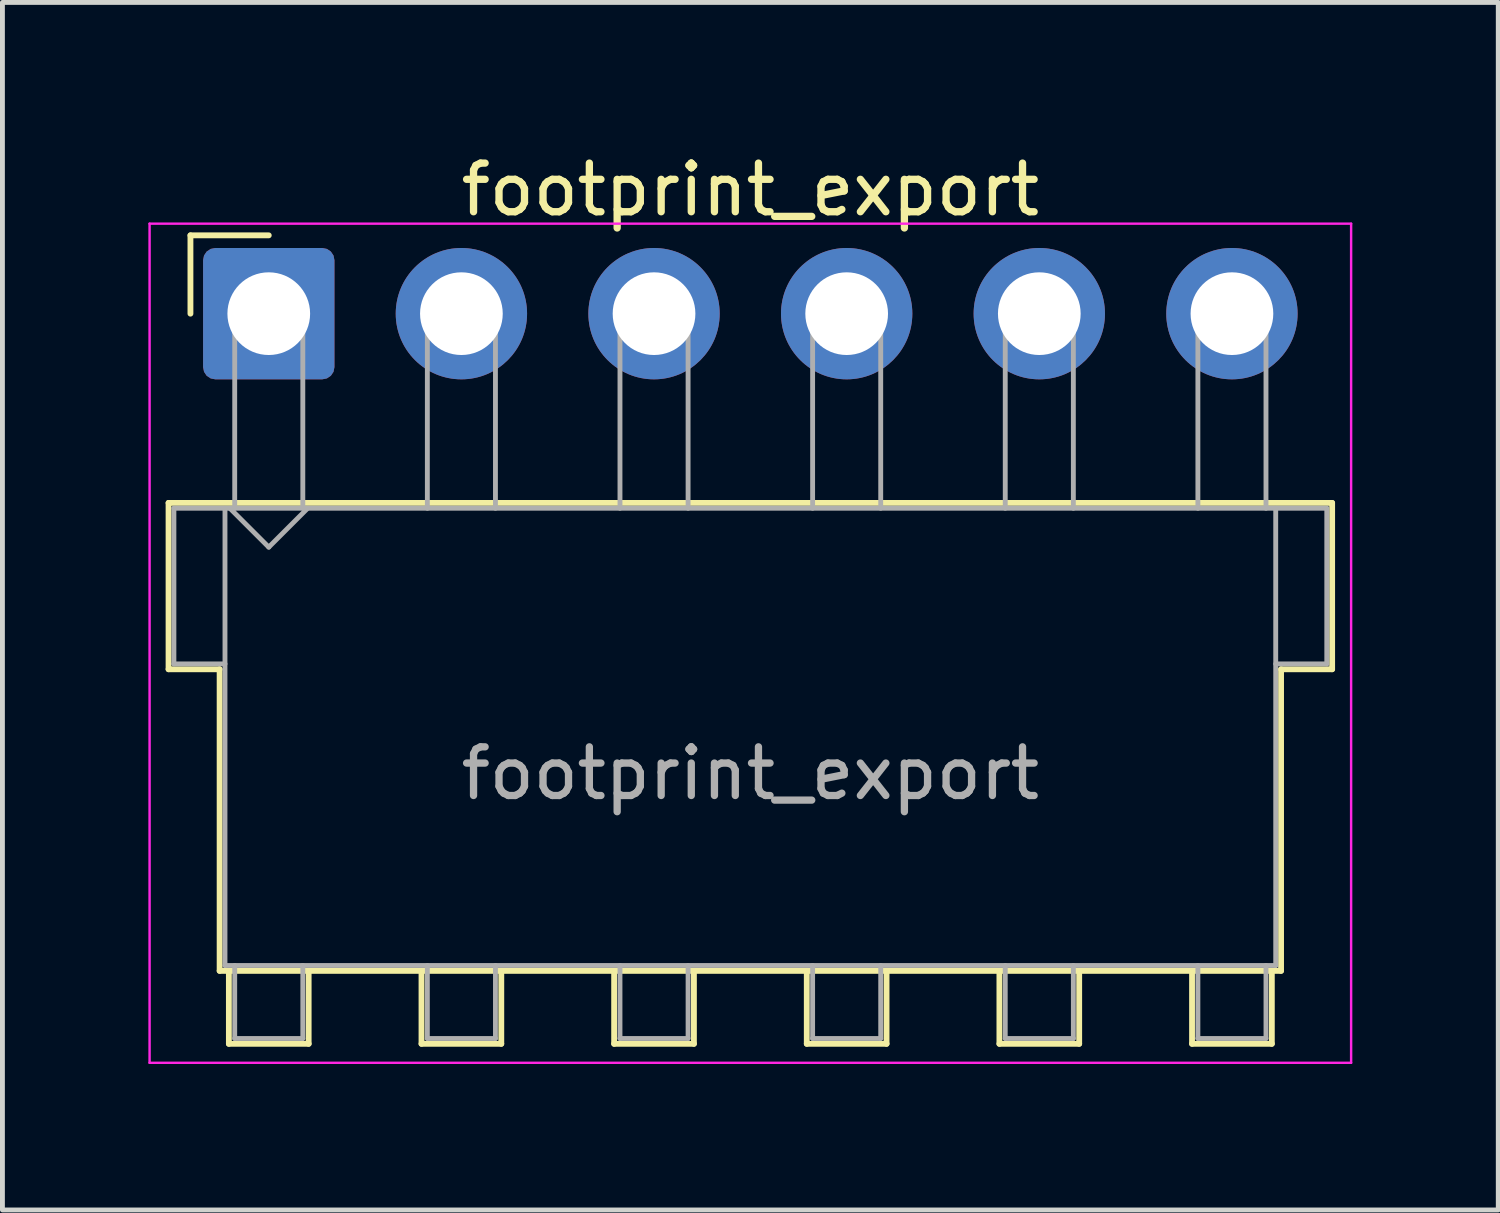
<source format=kicad_pcb>
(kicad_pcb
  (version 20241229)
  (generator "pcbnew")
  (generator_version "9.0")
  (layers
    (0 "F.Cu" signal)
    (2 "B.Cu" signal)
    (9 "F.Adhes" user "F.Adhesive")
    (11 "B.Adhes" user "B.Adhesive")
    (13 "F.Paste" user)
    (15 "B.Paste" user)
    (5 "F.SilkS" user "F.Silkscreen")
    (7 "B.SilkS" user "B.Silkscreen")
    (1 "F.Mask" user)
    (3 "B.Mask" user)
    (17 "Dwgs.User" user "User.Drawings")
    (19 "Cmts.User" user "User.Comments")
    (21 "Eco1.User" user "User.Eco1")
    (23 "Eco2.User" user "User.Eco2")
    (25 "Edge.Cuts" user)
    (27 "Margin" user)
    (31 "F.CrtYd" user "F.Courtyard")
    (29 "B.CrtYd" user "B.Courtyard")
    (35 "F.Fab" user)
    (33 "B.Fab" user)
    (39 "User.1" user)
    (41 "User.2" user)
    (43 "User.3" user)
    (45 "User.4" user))
  (footprint "footprint_export"
    (layer "F.Cu")
    (at 2.475 3.398)
    (property "Reference" "footprint_export" (at 9.9 -2.55 0) (layer "F.SilkS") (effects (font (size 1 1) (thickness 0.15))))
    (attr through_hole)
    (fp_line (start -2.06 3.89) (end 21.86 3.89) (stroke (width 0.12) (type solid)) (layer "F.SilkS"))
    (fp_line (start -2.06 7.31) (end -2.06 3.89) (stroke (width 0.12) (type solid)) (layer "F.SilkS"))
    (fp_line (start -1.61 -1.61) (end -1.61 0) (stroke (width 0.12) (type solid)) (layer "F.SilkS"))
    (fp_line (start -1.01 7.31) (end -2.06 7.31) (stroke (width 0.12) (type solid)) (layer "F.SilkS"))
    (fp_line (start -1.01 13.51) (end -1.01 7.31) (stroke (width 0.12) (type solid)) (layer "F.SilkS"))
    (fp_line (start -0.82 13.51) (end -0.82 15.01) (stroke (width 0.12) (type solid)) (layer "F.SilkS"))
    (fp_line (start -0.82 15.01) (end 0.82 15.01) (stroke (width 0.12) (type solid)) (layer "F.SilkS"))
    (fp_line (start 0 -1.61) (end -1.61 -1.61) (stroke (width 0.12) (type solid)) (layer "F.SilkS"))
    (fp_line (start 0.82 15.01) (end 0.82 13.51) (stroke (width 0.12) (type solid)) (layer "F.SilkS"))
    (fp_line (start 3.14 13.51) (end 3.14 15.01) (stroke (width 0.12) (type solid)) (layer "F.SilkS"))
    (fp_line (start 3.14 15.01) (end 4.78 15.01) (stroke (width 0.12) (type solid)) (layer "F.SilkS"))
    (fp_line (start 4.78 15.01) (end 4.78 13.51) (stroke (width 0.12) (type solid)) (layer "F.SilkS"))
    (fp_line (start 7.1 13.51) (end 7.1 15.01) (stroke (width 0.12) (type solid)) (layer "F.SilkS"))
    (fp_line (start 7.1 15.01) (end 8.74 15.01) (stroke (width 0.12) (type solid)) (layer "F.SilkS"))
    (fp_line (start 8.74 15.01) (end 8.74 13.51) (stroke (width 0.12) (type solid)) (layer "F.SilkS"))
    (fp_line (start 11.06 13.51) (end 11.06 15.01) (stroke (width 0.12) (type solid)) (layer "F.SilkS"))
    (fp_line (start 11.06 15.01) (end 12.7 15.01) (stroke (width 0.12) (type solid)) (layer "F.SilkS"))
    (fp_line (start 12.7 15.01) (end 12.7 13.51) (stroke (width 0.12) (type solid)) (layer "F.SilkS"))
    (fp_line (start 15.02 13.51) (end 15.02 15.01) (stroke (width 0.12) (type solid)) (layer "F.SilkS"))
    (fp_line (start 15.02 15.01) (end 16.66 15.01) (stroke (width 0.12) (type solid)) (layer "F.SilkS"))
    (fp_line (start 16.66 15.01) (end 16.66 13.51) (stroke (width 0.12) (type solid)) (layer "F.SilkS"))
    (fp_line (start 18.98 13.51) (end 18.98 15.01) (stroke (width 0.12) (type solid)) (layer "F.SilkS"))
    (fp_line (start 18.98 15.01) (end 20.62 15.01) (stroke (width 0.12) (type solid)) (layer "F.SilkS"))
    (fp_line (start 20.62 15.01) (end 20.62 13.51) (stroke (width 0.12) (type solid)) (layer "F.SilkS"))
    (fp_line (start 20.81 7.31) (end 20.81 13.51) (stroke (width 0.12) (type solid)) (layer "F.SilkS"))
    (fp_line (start 20.81 13.51) (end -1.01 13.51) (stroke (width 0.12) (type solid)) (layer "F.SilkS"))
    (fp_line (start 21.86 3.89) (end 21.86 7.31) (stroke (width 0.12) (type solid)) (layer "F.SilkS"))
    (fp_line (start 21.86 7.31) (end 20.81 7.31) (stroke (width 0.12) (type solid)) (layer "F.SilkS"))
    (fp_line (start -2.45 -1.85) (end -2.45 15.4) (stroke (width 0.05) (type solid)) (layer "F.CrtYd"))
    (fp_line (start -2.45 15.4) (end 22.25 15.4) (stroke (width 0.05) (type solid)) (layer "F.CrtYd"))
    (fp_line (start 22.25 -1.85) (end -2.45 -1.85) (stroke (width 0.05) (type solid)) (layer "F.CrtYd"))
    (fp_line (start 22.25 15.4) (end 22.25 -1.85) (stroke (width 0.05) (type solid)) (layer "F.CrtYd"))
    (fp_line (start -1.95 4) (end -0.9 4) (stroke (width 0.1) (type solid)) (layer "F.Fab"))
    (fp_line (start -1.95 7.2) (end -1.95 4) (stroke (width 0.1) (type solid)) (layer "F.Fab"))
    (fp_line (start -0.9 4) (end -0.9 13.4) (stroke (width 0.1) (type solid)) (layer "F.Fab"))
    (fp_line (start -0.9 7.2) (end -1.95 7.2) (stroke (width 0.1) (type solid)) (layer "F.Fab"))
    (fp_line (start -0.9 13.4) (end 20.7 13.4) (stroke (width 0.1) (type solid)) (layer "F.Fab"))
    (fp_line (start -0.8 4) (end 0 4.8) (stroke (width 0.1) (type solid)) (layer "F.Fab"))
    (fp_line (start -0.7 0) (end 0.7 0) (stroke (width 0.1) (type solid)) (layer "F.Fab"))
    (fp_line (start -0.7 4) (end -0.7 0) (stroke (width 0.1) (type solid)) (layer "F.Fab"))
    (fp_line (start -0.7 13.4) (end -0.7 14.9) (stroke (width 0.1) (type solid)) (layer "F.Fab"))
    (fp_line (start -0.7 14.9) (end 0.7 14.9) (stroke (width 0.1) (type solid)) (layer "F.Fab"))
    (fp_line (start 0 4.8) (end 0.8 4) (stroke (width 0.1) (type solid)) (layer "F.Fab"))
    (fp_line (start 0.7 0) (end 0.7 4) (stroke (width 0.1) (type solid)) (layer "F.Fab"))
    (fp_line (start 0.7 14.9) (end 0.7 13.4) (stroke (width 0.1) (type solid)) (layer "F.Fab"))
    (fp_line (start 3.26 0) (end 4.66 0) (stroke (width 0.1) (type solid)) (layer "F.Fab"))
    (fp_line (start 3.26 4) (end 3.26 0) (stroke (width 0.1) (type solid)) (layer "F.Fab"))
    (fp_line (start 3.26 13.4) (end 3.26 14.9) (stroke (width 0.1) (type solid)) (layer "F.Fab"))
    (fp_line (start 3.26 14.9) (end 4.66 14.9) (stroke (width 0.1) (type solid)) (layer "F.Fab"))
    (fp_line (start 4.66 0) (end 4.66 4) (stroke (width 0.1) (type solid)) (layer "F.Fab"))
    (fp_line (start 4.66 14.9) (end 4.66 13.4) (stroke (width 0.1) (type solid)) (layer "F.Fab"))
    (fp_line (start 7.22 0) (end 8.62 0) (stroke (width 0.1) (type solid)) (layer "F.Fab"))
    (fp_line (start 7.22 4) (end 7.22 0) (stroke (width 0.1) (type solid)) (layer "F.Fab"))
    (fp_line (start 7.22 13.4) (end 7.22 14.9) (stroke (width 0.1) (type solid)) (layer "F.Fab"))
    (fp_line (start 7.22 14.9) (end 8.62 14.9) (stroke (width 0.1) (type solid)) (layer "F.Fab"))
    (fp_line (start 8.62 0) (end 8.62 4) (stroke (width 0.1) (type solid)) (layer "F.Fab"))
    (fp_line (start 8.62 14.9) (end 8.62 13.4) (stroke (width 0.1) (type solid)) (layer "F.Fab"))
    (fp_line (start 11.18 0) (end 12.58 0) (stroke (width 0.1) (type solid)) (layer "F.Fab"))
    (fp_line (start 11.18 4) (end 11.18 0) (stroke (width 0.1) (type solid)) (layer "F.Fab"))
    (fp_line (start 11.18 13.4) (end 11.18 14.9) (stroke (width 0.1) (type solid)) (layer "F.Fab"))
    (fp_line (start 11.18 14.9) (end 12.58 14.9) (stroke (width 0.1) (type solid)) (layer "F.Fab"))
    (fp_line (start 12.58 0) (end 12.58 4) (stroke (width 0.1) (type solid)) (layer "F.Fab"))
    (fp_line (start 12.58 14.9) (end 12.58 13.4) (stroke (width 0.1) (type solid)) (layer "F.Fab"))
    (fp_line (start 15.14 0) (end 16.54 0) (stroke (width 0.1) (type solid)) (layer "F.Fab"))
    (fp_line (start 15.14 4) (end 15.14 0) (stroke (width 0.1) (type solid)) (layer "F.Fab"))
    (fp_line (start 15.14 13.4) (end 15.14 14.9) (stroke (width 0.1) (type solid)) (layer "F.Fab"))
    (fp_line (start 15.14 14.9) (end 16.54 14.9) (stroke (width 0.1) (type solid)) (layer "F.Fab"))
    (fp_line (start 16.54 0) (end 16.54 4) (stroke (width 0.1) (type solid)) (layer "F.Fab"))
    (fp_line (start 16.54 14.9) (end 16.54 13.4) (stroke (width 0.1) (type solid)) (layer "F.Fab"))
    (fp_line (start 19.1 0) (end 20.5 0) (stroke (width 0.1) (type solid)) (layer "F.Fab"))
    (fp_line (start 19.1 4) (end 19.1 0) (stroke (width 0.1) (type solid)) (layer "F.Fab"))
    (fp_line (start 19.1 13.4) (end 19.1 14.9) (stroke (width 0.1) (type solid)) (layer "F.Fab"))
    (fp_line (start 19.1 14.9) (end 20.5 14.9) (stroke (width 0.1) (type solid)) (layer "F.Fab"))
    (fp_line (start 20.5 0) (end 20.5 4) (stroke (width 0.1) (type solid)) (layer "F.Fab"))
    (fp_line (start 20.5 14.9) (end 20.5 13.4) (stroke (width 0.1) (type solid)) (layer "F.Fab"))
    (fp_line (start 20.7 4) (end -0.9 4) (stroke (width 0.1) (type solid)) (layer "F.Fab"))
    (fp_line (start 20.7 4) (end 21.75 4) (stroke (width 0.1) (type solid)) (layer "F.Fab"))
    (fp_line (start 20.7 13.4) (end 20.7 4) (stroke (width 0.1) (type solid)) (layer "F.Fab"))
    (fp_line (start 21.75 4) (end 21.75 7.2) (stroke (width 0.1) (type solid)) (layer "F.Fab"))
    (fp_line (start 21.75 7.2) (end 20.7 7.2) (stroke (width 0.1) (type solid)) (layer "F.Fab"))
    (fp_text user "${REFERENCE}" (at 9.9 9.45 0) (layer "F.Fab") (effects (font (size 1 1) (thickness 0.15))))
    (pad "1" thru_hole roundrect (at 0 0) (size 2.7 2.7) (drill 1.7) (layers "*.Cu" "*.Mask") (roundrect_rratio 0.093))
    (pad "2" thru_hole circle (at 3.96 0) (size 2.7 2.7) (drill 1.7) (layers "*.Cu" "*.Mask"))
    (pad "3" thru_hole circle (at 7.92 0) (size 2.7 2.7) (drill 1.7) (layers "*.Cu" "*.Mask"))
    (pad "4" thru_hole circle (at 11.88 0) (size 2.7 2.7) (drill 1.7) (layers "*.Cu" "*.Mask"))
    (pad "5" thru_hole circle (at 15.84 0) (size 2.7 2.7) (drill 1.7) (layers "*.Cu" "*.Mask"))
    (pad "6" thru_hole circle (at 19.8 0) (size 2.7 2.7) (drill 1.7) (layers "*.Cu" "*.Mask")))
  (gr_rect
    (start -3 -3)
    (end 27.75 21.823)
    (stroke (width 0.1) (type default))
    (fill no)
    (layer "Edge.Cuts")))
</source>
